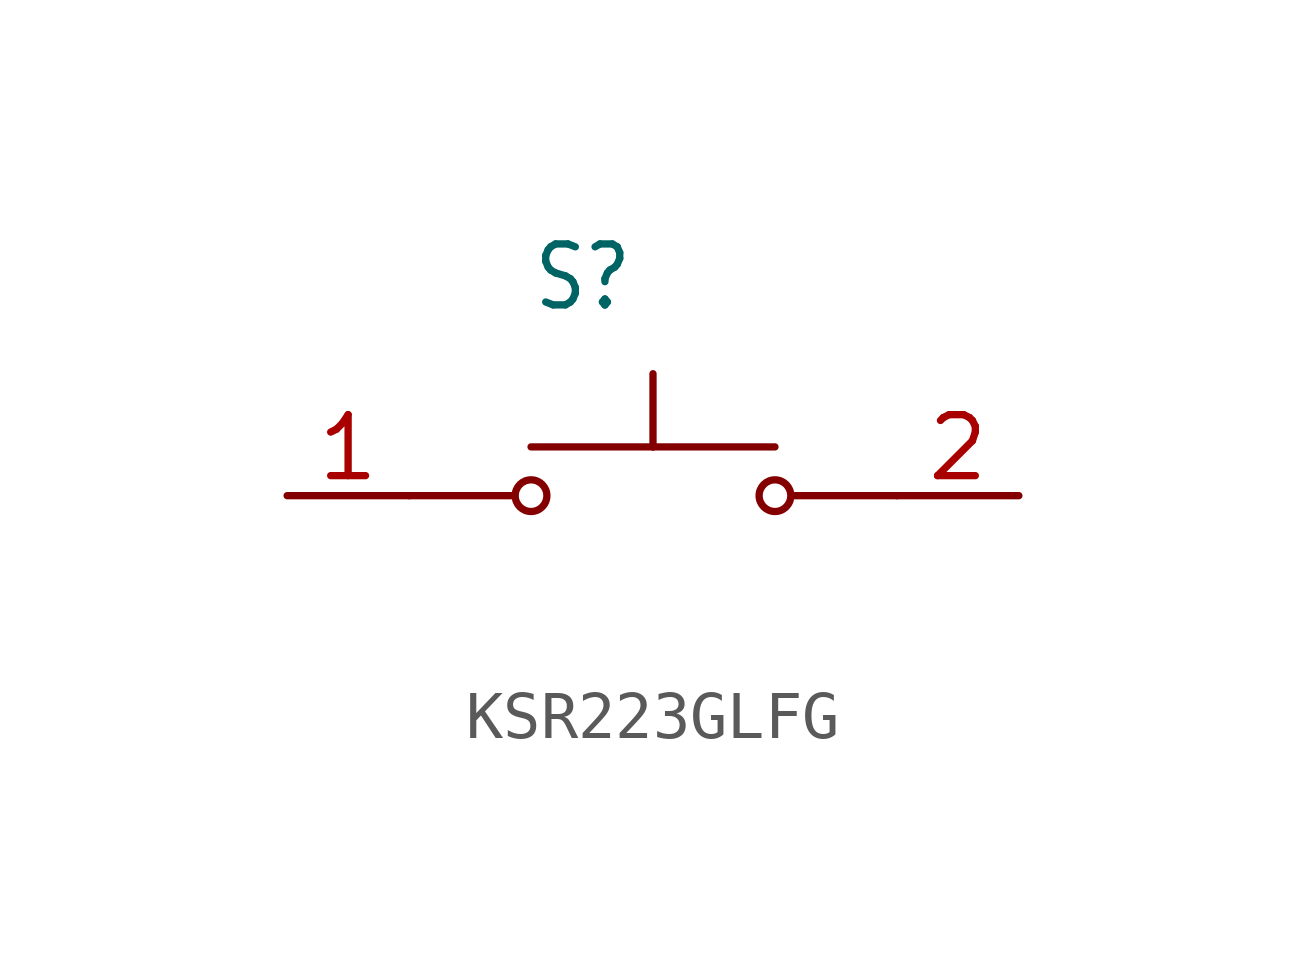
<source format=kicad_sym>
(kicad_symbol_lib
  (version 20231120)
  (generator "kicad_symbol_editor")
  (generator_version "8.0")
  (symbol "KSR223GLFG"
    (property "Reference" "S"
      (at -2.54 3.81 0)
      (effects (font (size 1.27 1.079)) (justify left bottom)))
    (property "Value" ""
      (at -2.54 -2.54 0)
      (effects (font (size 1.27 1.079)) (justify left top)))
    (property "ki_locked" ""
      (at 0 0 0)
      (effects (font (size 1.27 1.27))))
    (symbol "KSR223GLFG_1_0"
      (circle (center -2.54 0) (radius 0.33) (stroke (width 0.152) (type solid)) (fill (type none)))
      (polyline (pts (xy -5.08 0) (xy -2.921 0)) (stroke (width 0.152) (type solid)) (fill (type none)))
      (polyline (pts (xy -2.54 1.016) (xy 0 1.016)) (stroke (width 0.152) (type solid)) (fill (type none)))
      (polyline (pts (xy 0 1.016) (xy 2.54 1.016)) (stroke (width 0.152) (type solid)) (fill (type none)))
      (polyline (pts (xy 0 2.54) (xy 0 1.016)) (stroke (width 0.152) (type solid)) (fill (type none)))
      (polyline (pts (xy 5.08 0) (xy 2.921 0)) (stroke (width 0.152) (type solid)) (fill (type none)))
      (circle (center 2.54 0) (radius 0.33) (stroke (width 0.152) (type solid)) (fill (type none)))
      (pin passive line (at -7.62 0 0) (length 2.54) (name "1" (effects (font (size 0 0)))) (number "1" (effects (font (size 1.27 1.27)))))
      (pin passive line (at 7.62 0 180) (length 2.54) (name "2" (effects (font (size 0 0)))) (number "2" (effects (font (size 1.27 1.27))))))))
</source>
